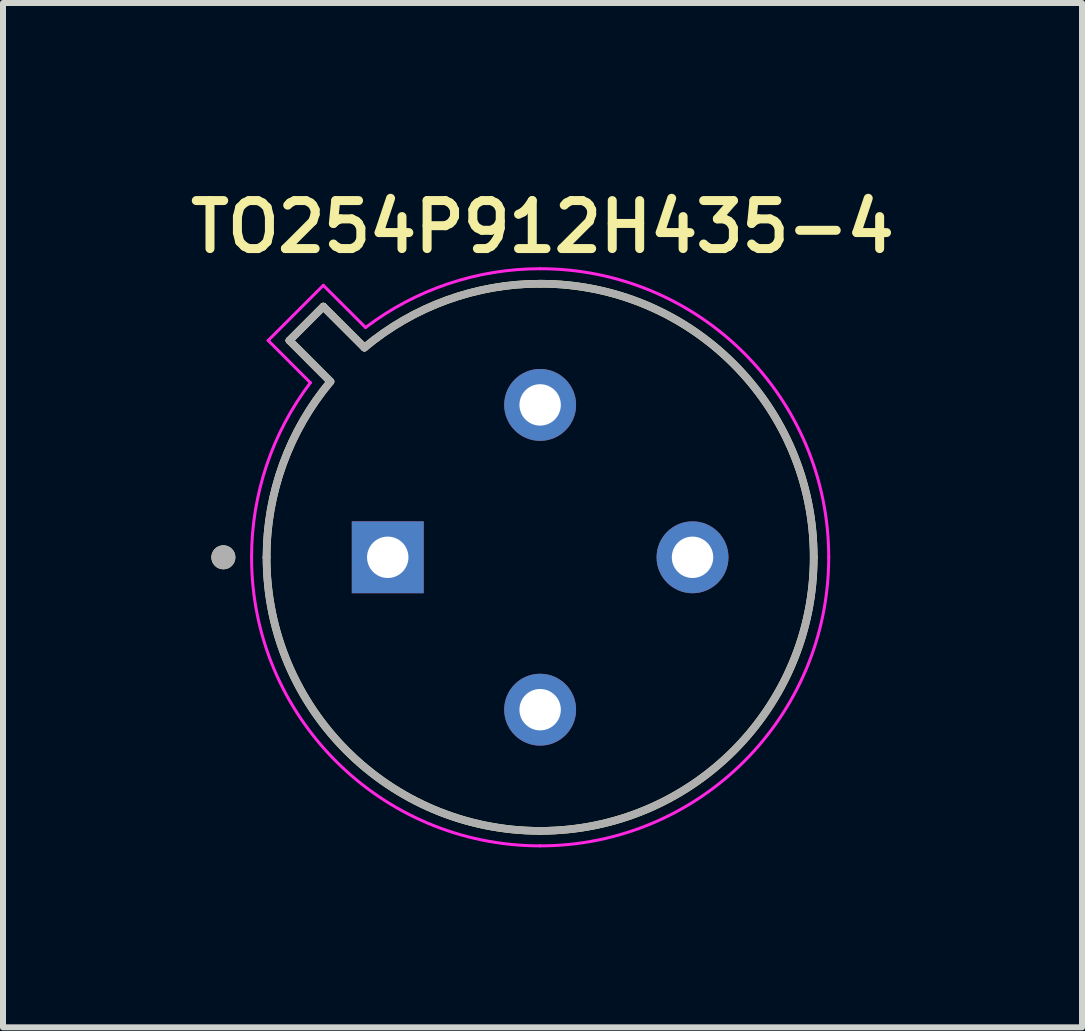
<source format=kicad_pcb>
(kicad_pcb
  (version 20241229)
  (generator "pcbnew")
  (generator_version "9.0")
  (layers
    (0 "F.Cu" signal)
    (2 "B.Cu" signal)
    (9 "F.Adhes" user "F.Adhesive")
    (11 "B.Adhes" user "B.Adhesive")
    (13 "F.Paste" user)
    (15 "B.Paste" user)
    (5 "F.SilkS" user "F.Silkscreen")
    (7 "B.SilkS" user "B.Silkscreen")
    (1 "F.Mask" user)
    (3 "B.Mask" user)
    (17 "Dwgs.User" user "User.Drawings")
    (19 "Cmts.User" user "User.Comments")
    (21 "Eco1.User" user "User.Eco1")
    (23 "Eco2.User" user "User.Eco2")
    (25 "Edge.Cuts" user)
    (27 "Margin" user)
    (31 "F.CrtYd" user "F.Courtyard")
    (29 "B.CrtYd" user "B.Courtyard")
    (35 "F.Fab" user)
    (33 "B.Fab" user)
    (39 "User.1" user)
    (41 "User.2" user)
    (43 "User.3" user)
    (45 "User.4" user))
  (footprint "TO254P912H435-4"
    (layer "F.Cu")
    (at 5.953 6.239)
    (property "Reference" "TO254P912H435-4" (at 0.04 -5.508 0) (layer "F.SilkS") (effects (font (size 0.8 0.8) (thickness 0.15))))
    (attr through_hole)
    (fp_line (start -4.179 -3.614) (end -3.495 -2.929) (stroke (width 0.127) (type solid)) (layer "F.SilkS"))
    (fp_line (start -3.614 -4.179) (end -4.179 -3.614) (stroke (width 0.127) (type solid)) (layer "F.SilkS"))
    (fp_line (start -2.929 -3.495) (end -3.614 -4.179) (stroke (width 0.127) (type solid)) (layer "F.SilkS"))
    (fp_arc (start -4.56 0) (mid -4.285439 -1.558397) (end -3.49482 -2.92913) (stroke (width 0.127) (type solid)) (layer "F.SilkS"))
    (fp_arc (start -2.92913 -3.49482) (mid -1.558397 -4.285439) (end 0 -4.56) (stroke (width 0.127) (type solid)) (layer "F.SilkS"))
    (fp_arc (start 0 -4.56) (mid 3.224407 -3.224407) (end 4.56 0) (stroke (width 0.127) (type solid)) (layer "F.SilkS"))
    (fp_arc (start 0 4.56) (mid -3.224407 3.224407) (end -4.56 0) (stroke (width 0.127) (type solid)) (layer "F.SilkS"))
    (fp_arc (start 4.56 0) (mid 3.224407 3.224407) (end 0 4.56) (stroke (width 0.127) (type solid)) (layer "F.SilkS"))
    (fp_circle (center -5.28 0) (end -5.18 0) (stroke (width 0.2) (type solid)) (fill no) (layer "F.SilkS"))
    (fp_line (start -4.533 -3.614) (end -3.614 -4.533) (stroke (width 0.05) (type solid)) (layer "F.CrtYd"))
    (fp_line (start -3.83 -2.91) (end -4.533 -3.614) (stroke (width 0.05) (type solid)) (layer "F.CrtYd"))
    (fp_line (start -3.614 -4.533) (end -2.91 -3.83) (stroke (width 0.05) (type solid)) (layer "F.CrtYd"))
    (fp_arc (start -4.81 0) (mid -4.558315 -1.535532) (end -3.8296 -2.91037) (stroke (width 0.05) (type solid)) (layer "F.CrtYd"))
    (fp_arc (start -2.91037 -3.8296) (mid -1.535532 -4.558315) (end 0 -4.81) (stroke (width 0.05) (type solid)) (layer "F.CrtYd"))
    (fp_arc (start 0 -4.81) (mid 3.401184 -3.401184) (end 4.81 0) (stroke (width 0.05) (type solid)) (layer "F.CrtYd"))
    (fp_arc (start 0 4.81) (mid -3.401184 3.401184) (end -4.81 0) (stroke (width 0.05) (type solid)) (layer "F.CrtYd"))
    (fp_arc (start 4.81 0) (mid 3.401184 3.401184) (end 0 4.81) (stroke (width 0.05) (type solid)) (layer "F.CrtYd"))
    (fp_line (start -4.179 -3.614) (end -3.495 -2.929) (stroke (width 0.127) (type solid)) (layer "F.Fab"))
    (fp_line (start -3.614 -4.179) (end -4.179 -3.614) (stroke (width 0.127) (type solid)) (layer "F.Fab"))
    (fp_line (start -2.929 -3.495) (end -3.614 -4.179) (stroke (width 0.127) (type solid)) (layer "F.Fab"))
    (fp_arc (start -4.56 0) (mid -4.285439 -1.558397) (end -3.49482 -2.92913) (stroke (width 0.127) (type solid)) (layer "F.Fab"))
    (fp_arc (start -2.92913 -3.49482) (mid -1.558397 -4.285439) (end 0 -4.56) (stroke (width 0.127) (type solid)) (layer "F.Fab"))
    (fp_arc (start 0 -4.56) (mid 3.224407 -3.224407) (end 4.56 0) (stroke (width 0.127) (type solid)) (layer "F.Fab"))
    (fp_arc (start 0 4.56) (mid -3.224407 3.224407) (end -4.56 0) (stroke (width 0.127) (type solid)) (layer "F.Fab"))
    (fp_arc (start 4.56 0) (mid 3.224407 3.224407) (end 0 4.56) (stroke (width 0.127) (type solid)) (layer "F.Fab"))
    (fp_circle (center -5.28 0) (end -5.18 0) (stroke (width 0.2) (type solid)) (fill no) (layer "F.Fab"))
    (pad "1" thru_hole rect (at -2.54 0) (size 1.198 1.198) (drill 0.69) (layers "*.Cu" "*.Mask"))
    (pad "2" thru_hole circle (at 0 2.54) (size 1.198 1.198) (drill 0.69) (layers "*.Cu" "*.Mask"))
    (pad "3" thru_hole circle (at 2.54 0) (size 1.198 1.198) (drill 0.69) (layers "*.Cu" "*.Mask"))
    (pad "4" thru_hole circle (at 0 -2.54) (size 1.198 1.198) (drill 0.69) (layers "*.Cu" "*.Mask")))
  (gr_rect
    (start -3 -3)
    (end 14.985 14.074)
    (stroke (width 0.1) (type default))
    (fill no)
    (layer "Edge.Cuts")))
</source>
